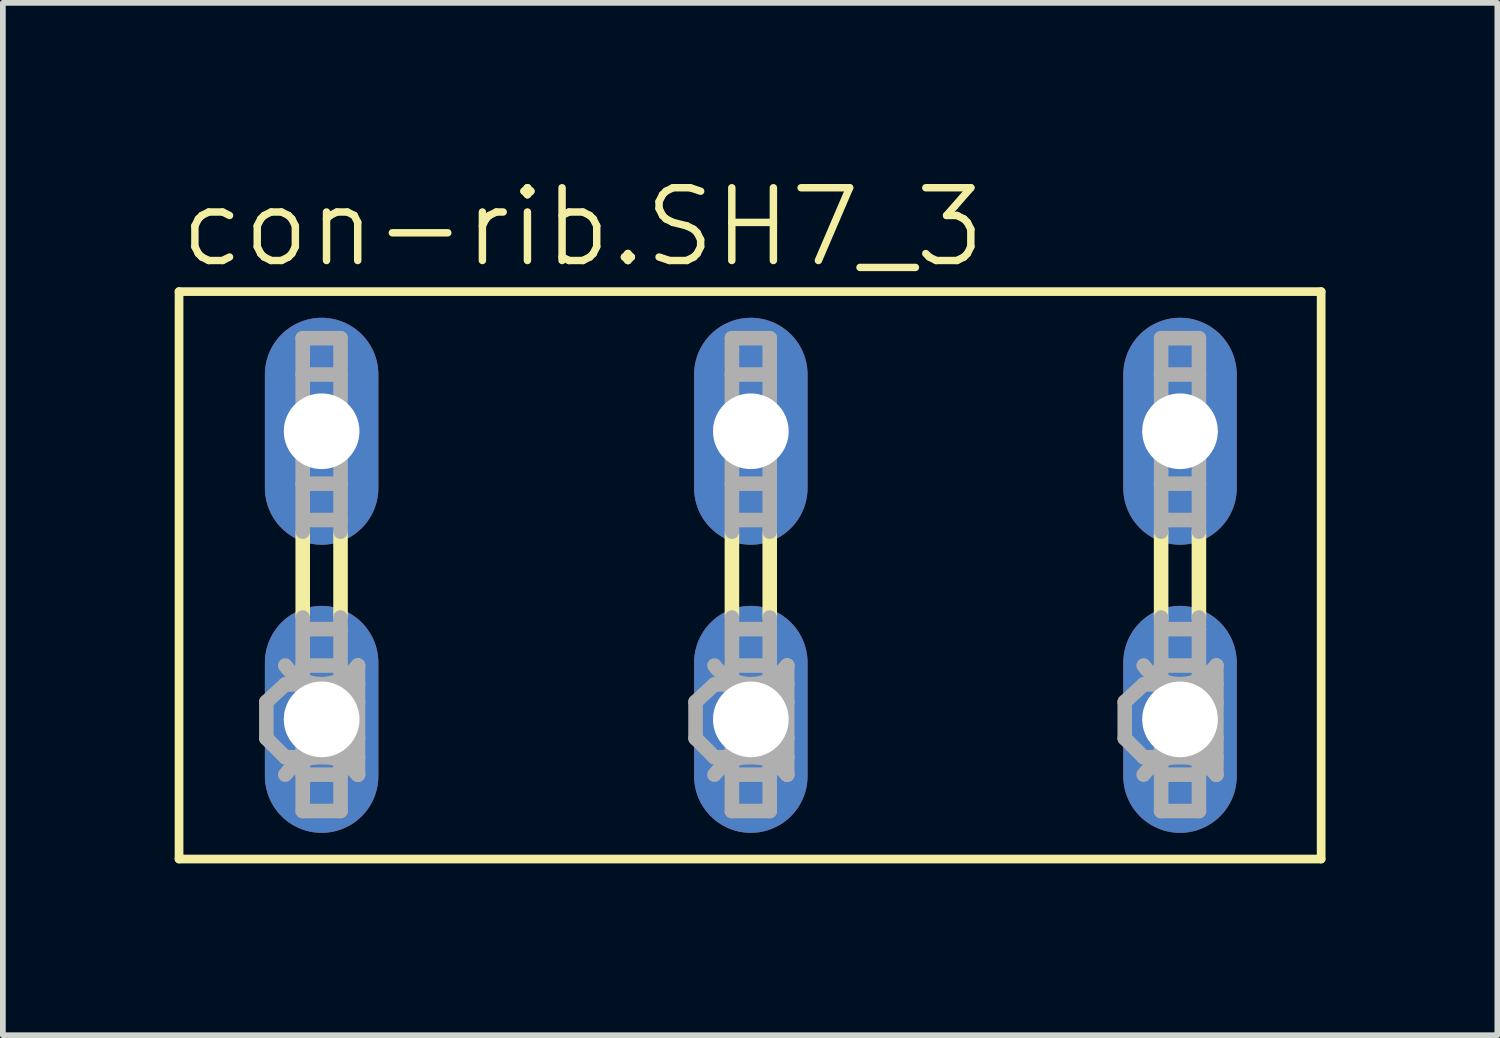
<source format=kicad_pcb>
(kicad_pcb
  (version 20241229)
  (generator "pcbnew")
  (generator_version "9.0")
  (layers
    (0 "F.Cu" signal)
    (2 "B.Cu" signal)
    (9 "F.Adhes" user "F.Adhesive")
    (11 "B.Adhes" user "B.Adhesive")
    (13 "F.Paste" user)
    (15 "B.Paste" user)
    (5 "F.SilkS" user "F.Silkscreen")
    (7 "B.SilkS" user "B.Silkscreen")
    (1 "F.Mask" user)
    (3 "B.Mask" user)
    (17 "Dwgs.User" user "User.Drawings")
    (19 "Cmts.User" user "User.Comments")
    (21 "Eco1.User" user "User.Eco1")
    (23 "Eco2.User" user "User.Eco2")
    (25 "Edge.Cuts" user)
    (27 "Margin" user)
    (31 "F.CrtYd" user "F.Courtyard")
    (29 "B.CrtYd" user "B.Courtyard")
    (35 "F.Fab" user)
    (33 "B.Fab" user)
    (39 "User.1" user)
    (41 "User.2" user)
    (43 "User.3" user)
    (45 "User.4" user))
  (footprint "con-rib.SH7_3"
    (layer "F.Cu")
    (at 10.058 6.994)
    (property "Reference" "con-rib.SH7_3" (at -10.033 -5.334 0) (layer "F.SilkS") (effects (font (size 1.27 1.27) (thickness 0.13)) (justify left bottom)))
    (attr through_hole)
    (fp_line (start -9.982 -4.953) (end -9.982 4.953) (stroke (width 0.152) (type default)) (layer "F.SilkS"))
    (fp_line (start -9.982 -4.953) (end 9.957 -4.953) (stroke (width 0.152) (type default)) (layer "F.SilkS"))
    (fp_line (start -7.823 0.711) (end -7.823 -0.737) (stroke (width 0.254) (type default)) (layer "F.SilkS"))
    (fp_line (start -7.163 0.711) (end -7.163 -0.737) (stroke (width 0.254) (type default)) (layer "F.SilkS"))
    (fp_line (start -0.33 0.711) (end -0.33 -0.737) (stroke (width 0.254) (type default)) (layer "F.SilkS"))
    (fp_line (start 0.33 0.711) (end 0.33 -0.737) (stroke (width 0.254) (type default)) (layer "F.SilkS"))
    (fp_line (start 7.163 0.762) (end 7.163 -0.762) (stroke (width 0.254) (type default)) (layer "F.SilkS"))
    (fp_line (start 7.823 0.737) (end 7.823 -0.762) (stroke (width 0.254) (type default)) (layer "F.SilkS"))
    (fp_line (start 9.957 4.953) (end -9.982 4.953) (stroke (width 0.152) (type default)) (layer "F.SilkS"))
    (fp_line (start 9.957 4.953) (end 9.957 -4.953) (stroke (width 0.152) (type default)) (layer "F.SilkS"))
    (fp_line (start -8.458 2.21) (end -8.128 1.905) (stroke (width 0.254) (type default)) (layer "F.Fab"))
    (fp_line (start -8.458 2.845) (end -8.458 2.21) (stroke (width 0.254) (type default)) (layer "F.Fab"))
    (fp_line (start -8.458 2.845) (end -8.128 3.175) (stroke (width 0.254) (type default)) (layer "F.Fab"))
    (fp_line (start -7.823 -4.14) (end -7.163 -4.14) (stroke (width 0.254) (type default)) (layer "F.Fab"))
    (fp_line (start -7.823 -3.505) (end -7.823 -4.14) (stroke (width 0.254) (type default)) (layer "F.Fab"))
    (fp_line (start -7.823 -3.505) (end -7.823 -1.6) (stroke (width 0.254) (type default)) (layer "F.Fab"))
    (fp_line (start -7.823 -1.6) (end -7.163 -1.6) (stroke (width 0.254) (type default)) (layer "F.Fab"))
    (fp_line (start -7.823 -0.762) (end -7.823 -1.6) (stroke (width 0.254) (type default)) (layer "F.Fab"))
    (fp_line (start -7.823 1.575) (end -7.823 0.737) (stroke (width 0.254) (type default)) (layer "F.Fab"))
    (fp_line (start -7.823 1.575) (end -7.823 3.48) (stroke (width 0.254) (type default)) (layer "F.Fab"))
    (fp_line (start -7.823 3.48) (end -7.823 4.115) (stroke (width 0.254) (type default)) (layer "F.Fab"))
    (fp_line (start -7.823 3.48) (end -7.163 3.48) (stroke (width 0.254) (type default)) (layer "F.Fab"))
    (fp_line (start -7.823 4.115) (end -7.163 4.115) (stroke (width 0.254) (type default)) (layer "F.Fab"))
    (fp_line (start -7.798 -0.965) (end -7.163 -0.965) (stroke (width 0.254) (type default)) (layer "F.Fab"))
    (fp_line (start -7.798 0.94) (end -7.163 0.94) (stroke (width 0.254) (type default)) (layer "F.Fab"))
    (fp_line (start -7.163 -4.14) (end -7.163 -3.505) (stroke (width 0.254) (type default)) (layer "F.Fab"))
    (fp_line (start -7.163 -3.505) (end -7.823 -3.505) (stroke (width 0.254) (type default)) (layer "F.Fab"))
    (fp_line (start -7.163 -1.6) (end -7.163 -3.505) (stroke (width 0.254) (type default)) (layer "F.Fab"))
    (fp_line (start -7.163 -0.965) (end -7.163 -1.6) (stroke (width 0.254) (type default)) (layer "F.Fab"))
    (fp_line (start -7.163 -0.762) (end -7.163 -0.965) (stroke (width 0.254) (type default)) (layer "F.Fab"))
    (fp_line (start -7.163 0.94) (end -7.163 0.737) (stroke (width 0.254) (type default)) (layer "F.Fab"))
    (fp_line (start -7.163 0.94) (end -7.163 1.575) (stroke (width 0.254) (type default)) (layer "F.Fab"))
    (fp_line (start -7.163 1.575) (end -7.823 1.575) (stroke (width 0.254) (type default)) (layer "F.Fab"))
    (fp_line (start -7.163 1.905) (end -8.128 1.905) (stroke (width 0.254) (type default)) (layer "F.Fab"))
    (fp_line (start -7.163 1.905) (end -7.163 1.575) (stroke (width 0.254) (type default)) (layer "F.Fab"))
    (fp_line (start -7.163 1.905) (end -6.858 1.575) (stroke (width 0.254) (type default)) (layer "F.Fab"))
    (fp_line (start -7.163 1.905) (end -6.858 2.21) (stroke (width 0.254) (type default)) (layer "F.Fab"))
    (fp_line (start -7.163 3.175) (end -8.128 3.175) (stroke (width 0.254) (type default)) (layer "F.Fab"))
    (fp_line (start -7.163 3.175) (end -7.163 1.905) (stroke (width 0.254) (type default)) (layer "F.Fab"))
    (fp_line (start -7.163 3.175) (end -6.858 2.845) (stroke (width 0.254) (type default)) (layer "F.Fab"))
    (fp_line (start -7.163 3.175) (end -6.858 3.48) (stroke (width 0.254) (type default)) (layer "F.Fab"))
    (fp_line (start -7.163 3.48) (end -7.163 3.175) (stroke (width 0.254) (type default)) (layer "F.Fab"))
    (fp_line (start -7.163 4.115) (end -7.163 3.48) (stroke (width 0.254) (type default)) (layer "F.Fab"))
    (fp_line (start -6.858 1.905) (end -7.163 1.905) (stroke (width 0.254) (type default)) (layer "F.Fab"))
    (fp_line (start -6.858 1.905) (end -6.858 1.575) (stroke (width 0.254) (type default)) (layer "F.Fab"))
    (fp_line (start -6.858 2.21) (end -6.858 1.905) (stroke (width 0.254) (type default)) (layer "F.Fab"))
    (fp_line (start -6.858 2.845) (end -6.858 2.21) (stroke (width 0.254) (type default)) (layer "F.Fab"))
    (fp_line (start -6.858 3.175) (end -7.163 3.175) (stroke (width 0.254) (type default)) (layer "F.Fab"))
    (fp_line (start -6.858 3.175) (end -6.858 2.845) (stroke (width 0.254) (type default)) (layer "F.Fab"))
    (fp_line (start -6.858 3.48) (end -6.858 3.175) (stroke (width 0.254) (type default)) (layer "F.Fab"))
    (fp_line (start -0.965 2.21) (end -0.635 1.905) (stroke (width 0.254) (type default)) (layer "F.Fab"))
    (fp_line (start -0.965 2.845) (end -0.965 2.21) (stroke (width 0.254) (type default)) (layer "F.Fab"))
    (fp_line (start -0.965 2.845) (end -0.635 3.175) (stroke (width 0.254) (type default)) (layer "F.Fab"))
    (fp_line (start -0.33 -4.14) (end 0.33 -4.14) (stroke (width 0.254) (type default)) (layer "F.Fab"))
    (fp_line (start -0.33 -3.505) (end -0.33 -4.14) (stroke (width 0.254) (type default)) (layer "F.Fab"))
    (fp_line (start -0.33 -3.505) (end -0.33 -1.6) (stroke (width 0.254) (type default)) (layer "F.Fab"))
    (fp_line (start -0.33 -1.6) (end 0.33 -1.6) (stroke (width 0.254) (type default)) (layer "F.Fab"))
    (fp_line (start -0.33 -0.762) (end -0.33 -1.6) (stroke (width 0.254) (type default)) (layer "F.Fab"))
    (fp_line (start -0.33 1.575) (end -0.33 0.737) (stroke (width 0.254) (type default)) (layer "F.Fab"))
    (fp_line (start -0.33 1.575) (end -0.33 3.48) (stroke (width 0.254) (type default)) (layer "F.Fab"))
    (fp_line (start -0.33 3.48) (end -0.33 4.115) (stroke (width 0.254) (type default)) (layer "F.Fab"))
    (fp_line (start -0.33 3.48) (end 0.33 3.48) (stroke (width 0.254) (type default)) (layer "F.Fab"))
    (fp_line (start -0.33 4.115) (end 0.33 4.115) (stroke (width 0.254) (type default)) (layer "F.Fab"))
    (fp_line (start -0.305 -0.965) (end 0.33 -0.965) (stroke (width 0.254) (type default)) (layer "F.Fab"))
    (fp_line (start -0.305 0.94) (end 0.33 0.94) (stroke (width 0.254) (type default)) (layer "F.Fab"))
    (fp_line (start 0.33 -4.14) (end 0.33 -3.505) (stroke (width 0.254) (type default)) (layer "F.Fab"))
    (fp_line (start 0.33 -3.505) (end -0.33 -3.505) (stroke (width 0.254) (type default)) (layer "F.Fab"))
    (fp_line (start 0.33 -1.6) (end 0.33 -3.505) (stroke (width 0.254) (type default)) (layer "F.Fab"))
    (fp_line (start 0.33 -0.965) (end 0.33 -1.6) (stroke (width 0.254) (type default)) (layer "F.Fab"))
    (fp_line (start 0.33 -0.762) (end 0.33 -0.965) (stroke (width 0.254) (type default)) (layer "F.Fab"))
    (fp_line (start 0.33 0.94) (end 0.33 0.737) (stroke (width 0.254) (type default)) (layer "F.Fab"))
    (fp_line (start 0.33 0.94) (end 0.33 1.575) (stroke (width 0.254) (type default)) (layer "F.Fab"))
    (fp_line (start 0.33 1.575) (end -0.33 1.575) (stroke (width 0.254) (type default)) (layer "F.Fab"))
    (fp_line (start 0.33 1.905) (end -0.635 1.905) (stroke (width 0.254) (type default)) (layer "F.Fab"))
    (fp_line (start 0.33 1.905) (end 0.33 1.575) (stroke (width 0.254) (type default)) (layer "F.Fab"))
    (fp_line (start 0.33 1.905) (end 0.635 1.575) (stroke (width 0.254) (type default)) (layer "F.Fab"))
    (fp_line (start 0.33 1.905) (end 0.635 2.21) (stroke (width 0.254) (type default)) (layer "F.Fab"))
    (fp_line (start 0.33 3.175) (end -0.635 3.175) (stroke (width 0.254) (type default)) (layer "F.Fab"))
    (fp_line (start 0.33 3.175) (end 0.33 1.905) (stroke (width 0.254) (type default)) (layer "F.Fab"))
    (fp_line (start 0.33 3.175) (end 0.635 2.845) (stroke (width 0.254) (type default)) (layer "F.Fab"))
    (fp_line (start 0.33 3.175) (end 0.635 3.48) (stroke (width 0.254) (type default)) (layer "F.Fab"))
    (fp_line (start 0.33 3.48) (end 0.33 3.175) (stroke (width 0.254) (type default)) (layer "F.Fab"))
    (fp_line (start 0.33 4.115) (end 0.33 3.48) (stroke (width 0.254) (type default)) (layer "F.Fab"))
    (fp_line (start 0.635 1.905) (end 0.33 1.905) (stroke (width 0.254) (type default)) (layer "F.Fab"))
    (fp_line (start 0.635 1.905) (end 0.635 1.575) (stroke (width 0.254) (type default)) (layer "F.Fab"))
    (fp_line (start 0.635 2.21) (end 0.635 1.905) (stroke (width 0.254) (type default)) (layer "F.Fab"))
    (fp_line (start 0.635 2.845) (end 0.635 2.21) (stroke (width 0.254) (type default)) (layer "F.Fab"))
    (fp_line (start 0.635 3.175) (end 0.33 3.175) (stroke (width 0.254) (type default)) (layer "F.Fab"))
    (fp_line (start 0.635 3.175) (end 0.635 2.845) (stroke (width 0.254) (type default)) (layer "F.Fab"))
    (fp_line (start 0.635 3.48) (end 0.635 3.175) (stroke (width 0.254) (type default)) (layer "F.Fab"))
    (fp_line (start 6.528 2.21) (end 6.858 1.905) (stroke (width 0.254) (type default)) (layer "F.Fab"))
    (fp_line (start 6.528 2.845) (end 6.528 2.21) (stroke (width 0.254) (type default)) (layer "F.Fab"))
    (fp_line (start 6.528 2.845) (end 6.858 3.175) (stroke (width 0.254) (type default)) (layer "F.Fab"))
    (fp_line (start 7.163 -4.14) (end 7.823 -4.14) (stroke (width 0.254) (type default)) (layer "F.Fab"))
    (fp_line (start 7.163 -3.505) (end 7.163 -4.14) (stroke (width 0.254) (type default)) (layer "F.Fab"))
    (fp_line (start 7.163 -3.505) (end 7.163 -1.6) (stroke (width 0.254) (type default)) (layer "F.Fab"))
    (fp_line (start 7.163 -1.6) (end 7.163 -0.762) (stroke (width 0.254) (type default)) (layer "F.Fab"))
    (fp_line (start 7.163 -1.6) (end 7.823 -1.6) (stroke (width 0.254) (type default)) (layer "F.Fab"))
    (fp_line (start 7.163 1.575) (end 7.163 0.737) (stroke (width 0.254) (type default)) (layer "F.Fab"))
    (fp_line (start 7.163 1.575) (end 7.163 3.48) (stroke (width 0.254) (type default)) (layer "F.Fab"))
    (fp_line (start 7.163 3.48) (end 7.163 4.115) (stroke (width 0.254) (type default)) (layer "F.Fab"))
    (fp_line (start 7.163 3.48) (end 7.823 3.48) (stroke (width 0.254) (type default)) (layer "F.Fab"))
    (fp_line (start 7.163 4.115) (end 7.823 4.115) (stroke (width 0.254) (type default)) (layer "F.Fab"))
    (fp_line (start 7.188 -0.965) (end 7.823 -0.965) (stroke (width 0.254) (type default)) (layer "F.Fab"))
    (fp_line (start 7.188 0.94) (end 7.823 0.94) (stroke (width 0.254) (type default)) (layer "F.Fab"))
    (fp_line (start 7.823 -4.14) (end 7.823 -3.505) (stroke (width 0.254) (type default)) (layer "F.Fab"))
    (fp_line (start 7.823 -3.505) (end 7.163 -3.505) (stroke (width 0.254) (type default)) (layer "F.Fab"))
    (fp_line (start 7.823 -1.6) (end 7.823 -3.505) (stroke (width 0.254) (type default)) (layer "F.Fab"))
    (fp_line (start 7.823 -0.965) (end 7.823 -1.6) (stroke (width 0.254) (type default)) (layer "F.Fab"))
    (fp_line (start 7.823 -0.762) (end 7.823 -0.965) (stroke (width 0.254) (type default)) (layer "F.Fab"))
    (fp_line (start 7.823 0.94) (end 7.823 0.737) (stroke (width 0.254) (type default)) (layer "F.Fab"))
    (fp_line (start 7.823 0.94) (end 7.823 1.575) (stroke (width 0.254) (type default)) (layer "F.Fab"))
    (fp_line (start 7.823 1.575) (end 7.163 1.575) (stroke (width 0.254) (type default)) (layer "F.Fab"))
    (fp_line (start 7.823 1.905) (end 6.858 1.905) (stroke (width 0.254) (type default)) (layer "F.Fab"))
    (fp_line (start 7.823 1.905) (end 7.823 1.575) (stroke (width 0.254) (type default)) (layer "F.Fab"))
    (fp_line (start 7.823 1.905) (end 8.128 1.575) (stroke (width 0.254) (type default)) (layer "F.Fab"))
    (fp_line (start 7.823 1.905) (end 8.128 2.21) (stroke (width 0.254) (type default)) (layer "F.Fab"))
    (fp_line (start 7.823 3.175) (end 6.858 3.175) (stroke (width 0.254) (type default)) (layer "F.Fab"))
    (fp_line (start 7.823 3.175) (end 7.823 1.905) (stroke (width 0.254) (type default)) (layer "F.Fab"))
    (fp_line (start 7.823 3.175) (end 8.128 2.845) (stroke (width 0.254) (type default)) (layer "F.Fab"))
    (fp_line (start 7.823 3.175) (end 8.128 3.48) (stroke (width 0.254) (type default)) (layer "F.Fab"))
    (fp_line (start 7.823 3.48) (end 7.823 3.175) (stroke (width 0.254) (type default)) (layer "F.Fab"))
    (fp_line (start 7.823 4.115) (end 7.823 3.48) (stroke (width 0.254) (type default)) (layer "F.Fab"))
    (fp_line (start 8.128 1.905) (end 7.823 1.905) (stroke (width 0.254) (type default)) (layer "F.Fab"))
    (fp_line (start 8.128 1.905) (end 8.128 1.575) (stroke (width 0.254) (type default)) (layer "F.Fab"))
    (fp_line (start 8.128 2.21) (end 8.128 1.905) (stroke (width 0.254) (type default)) (layer "F.Fab"))
    (fp_line (start 8.128 2.845) (end 8.128 2.21) (stroke (width 0.254) (type default)) (layer "F.Fab"))
    (fp_line (start 8.128 3.175) (end 7.823 3.175) (stroke (width 0.254) (type default)) (layer "F.Fab"))
    (fp_line (start 8.128 3.175) (end 8.128 2.845) (stroke (width 0.254) (type default)) (layer "F.Fab"))
    (fp_line (start 8.128 3.48) (end 8.128 3.175) (stroke (width 0.254) (type default)) (layer "F.Fab"))
    (fp_arc (start -8.128 3.4798) (mid -7.493 3.164824) (end -6.858 3.4798) (stroke (width 0.254) (type default)) (layer "F.Fab"))
    (fp_arc (start -6.858 1.5748) (mid -7.493 1.900068) (end -8.128 1.5748) (stroke (width 0.254) (type default)) (layer "F.Fab"))
    (fp_arc (start -0.635 3.4798) (mid 0 3.164824) (end 0.635 3.4798) (stroke (width 0.254) (type default)) (layer "F.Fab"))
    (fp_arc (start 0.635 1.5748) (mid 0 1.900068) (end -0.635 1.5748) (stroke (width 0.254) (type default)) (layer "F.Fab"))
    (fp_arc (start 6.858 3.4798) (mid 7.493 3.164824) (end 8.128 3.4798) (stroke (width 0.254) (type default)) (layer "F.Fab"))
    (fp_arc (start 8.128 1.5748) (mid 7.493 1.900068) (end 6.858 1.5748) (stroke (width 0.254) (type default)) (layer "F.Fab"))
    (pad "1" thru_hole oval (at -7.493 2.515 90) (size 3.962 1.981) (drill 1.321) (layers "*.Cu" "*.Mask"))
    (pad "2" thru_hole oval (at -7.493 -2.515 90) (size 3.962 1.981) (drill 1.321) (layers "*.Cu" "*.Mask"))
    (pad "3" thru_hole oval (at 0 2.515 90) (size 3.962 1.981) (drill 1.321) (layers "*.Cu" "*.Mask"))
    (pad "4" thru_hole oval (at 0 -2.515 90) (size 3.962 1.981) (drill 1.321) (layers "*.Cu" "*.Mask"))
    (pad "5" thru_hole oval (at 7.493 2.515 90) (size 3.962 1.981) (drill 1.321) (layers "*.Cu" "*.Mask"))
    (pad "6" thru_hole oval (at 7.493 -2.515 90) (size 3.962 1.981) (drill 1.321) (layers "*.Cu" "*.Mask")))
  (gr_rect
    (start -3 -3)
    (end 23.091 15.023)
    (stroke (width 0.1) (type default))
    (fill no)
    (layer "Edge.Cuts")))
</source>
